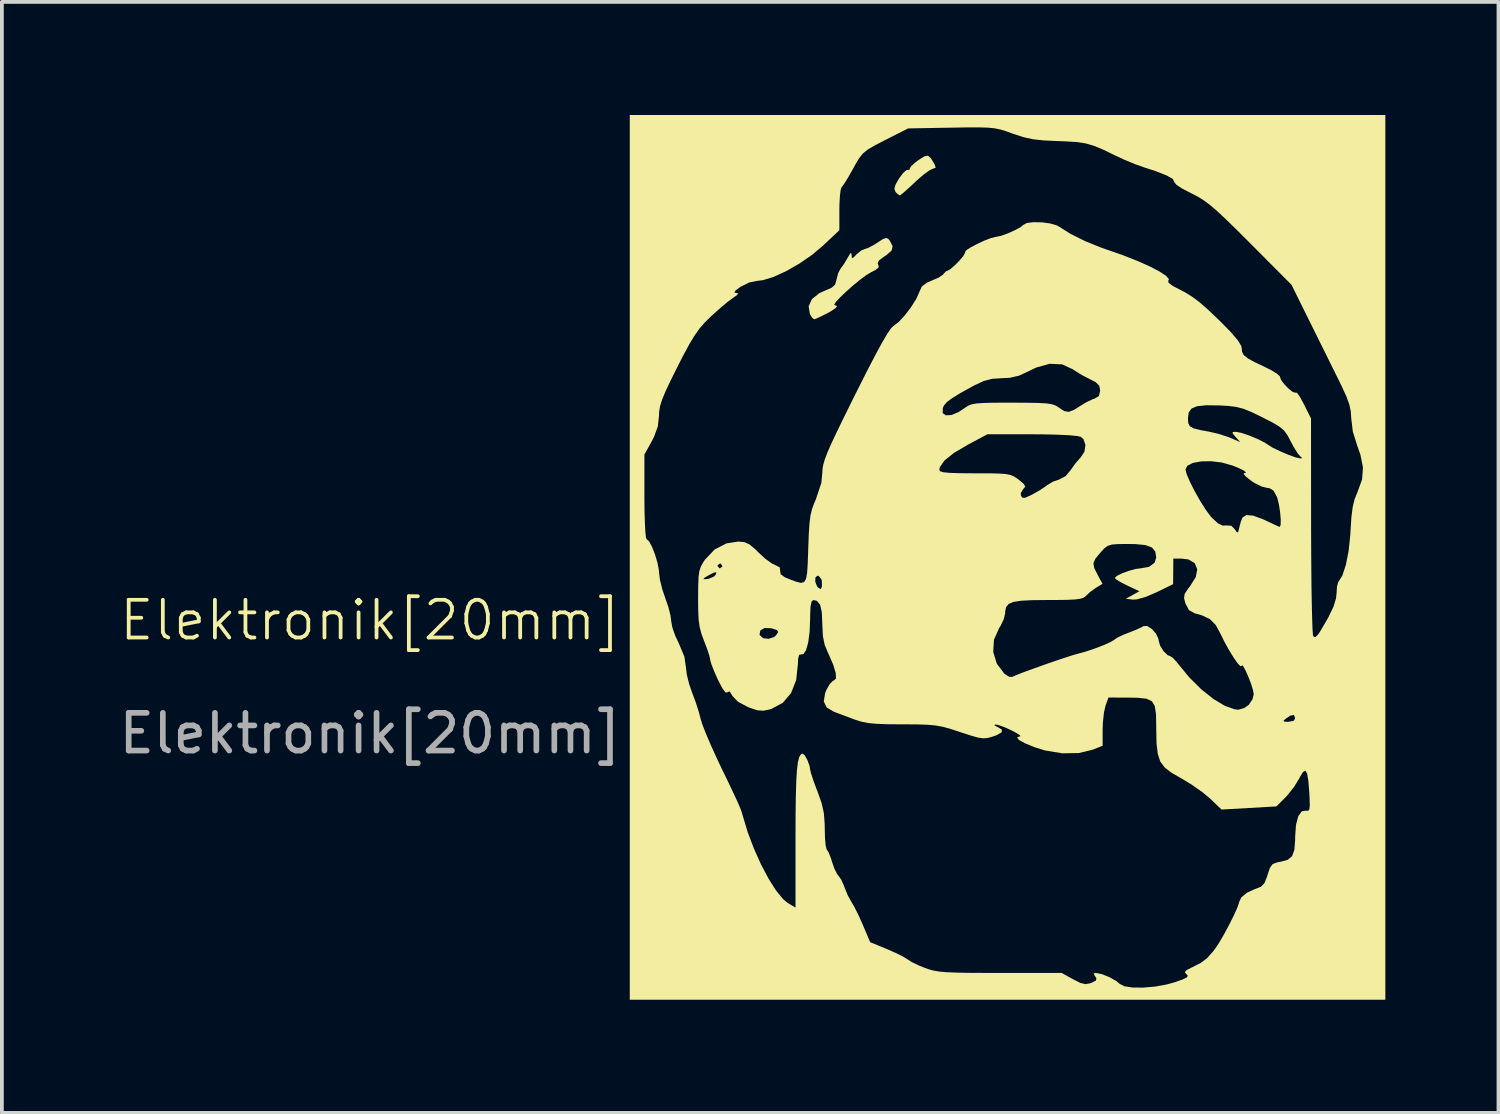
<source format=kicad_pcb>
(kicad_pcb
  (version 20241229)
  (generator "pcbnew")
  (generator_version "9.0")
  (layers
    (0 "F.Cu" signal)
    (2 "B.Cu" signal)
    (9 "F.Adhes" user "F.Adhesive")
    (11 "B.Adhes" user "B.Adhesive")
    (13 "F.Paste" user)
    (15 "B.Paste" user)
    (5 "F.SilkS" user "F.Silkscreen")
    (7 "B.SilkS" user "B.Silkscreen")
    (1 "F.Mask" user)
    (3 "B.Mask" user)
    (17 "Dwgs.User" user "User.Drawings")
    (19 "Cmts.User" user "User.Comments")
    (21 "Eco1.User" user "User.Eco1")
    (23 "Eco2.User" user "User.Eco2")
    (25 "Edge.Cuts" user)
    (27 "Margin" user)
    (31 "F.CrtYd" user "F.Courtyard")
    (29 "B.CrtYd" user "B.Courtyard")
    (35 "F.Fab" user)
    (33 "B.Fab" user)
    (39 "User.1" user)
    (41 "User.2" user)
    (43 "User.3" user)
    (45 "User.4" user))
  (footprint "Elektronik[20mm]"
    (layer "F.Cu")
    (at 23.668 11.698)
    (property "Reference" "Elektronik[20mm]" (at -16.9 1.7 0) (unlocked yes) (layer "F.SilkS") (effects (font (size 1 1) (thickness 0.1))))
    (attr smd)
    (fp_poly (pts (xy -2.031 -10.55) (xy -1.934 -10.389) (xy -1.905 -10.3) (xy -1.974 -10.276) (xy -2.067 -10.234) (xy -2.222 -10.122) (xy -2.407 -9.962) (xy -2.45 -9.921) (xy -2.629 -9.755) (xy -2.77 -9.63) (xy -2.85 -9.568) (xy -2.858 -9.565) (xy -2.923 -9.609) (xy -2.969 -9.657) (xy -3.002 -9.74) (xy -2.968 -9.858) (xy -2.878 -10.015) (xy -2.769 -10.161) (xy -2.678 -10.239) (xy -2.646 -10.242) (xy -2.598 -10.243) (xy -2.6 -10.265) (xy -2.562 -10.336) (xy -2.445 -10.443) (xy -2.366 -10.501) (xy -2.209 -10.601) (xy -2.111 -10.621)) (stroke (width 0) (type solid)) (fill yes) (layer "F.SilkS"))
    (fp_poly (pts (xy -3.155 -8.405) (xy -3.122 -8.364) (xy -3.048 -8.221) (xy -3.075 -8.103) (xy -3.212 -7.983) (xy -3.266 -7.948) (xy -3.41 -7.842) (xy -3.446 -7.763) (xy -3.428 -7.726) (xy -3.416 -7.66) (xy -3.505 -7.586) (xy -3.616 -7.531) (xy -3.741 -7.456) (xy -3.908 -7.333) (xy -4.094 -7.18) (xy -4.278 -7.017) (xy -4.437 -6.865) (xy -4.551 -6.743) (xy -4.597 -6.669) (xy -4.585 -6.657) (xy -4.52 -6.635) (xy -4.565 -6.573) (xy -4.71 -6.479) (xy -4.946 -6.358) (xy -5.12 -6.28) (xy -5.179 -6.316) (xy -5.241 -6.418) (xy -5.275 -6.626) (xy -5.188 -6.816) (xy -4.992 -6.974) (xy -4.847 -7.039) (xy -4.664 -7.118) (xy -4.572 -7.204) (xy -4.536 -7.329) (xy -4.535 -7.337) (xy -4.491 -7.511) (xy -4.426 -7.627) (xy -4.335 -7.752) (xy -4.238 -7.917) (xy -4.17 -8.031) (xy -4.141 -8.032) (xy -4.137 -7.986) (xy -4.129 -7.906) (xy -4.089 -7.916) (xy -4.005 -8.002) (xy -3.883 -8.104) (xy -3.787 -8.144) (xy -3.686 -8.178) (xy -3.528 -8.264) (xy -3.454 -8.312) (xy -3.301 -8.41) (xy -3.214 -8.439)) (stroke (width 0) (type solid)) (fill yes) (layer "F.SilkS"))
    (fp_poly (pts (xy 10.018 0.032) (xy 10.018 11.763) (xy 0 11.763) (xy -10.018 11.763) (xy -10.018 0.032) (xy -10.018 -2.694) (xy -9.63 -2.694) (xy -9.63 -1.573) (xy -9.627 -1.209) (xy -9.618 -0.894) (xy -9.605 -0.649) (xy -9.589 -0.496) (xy -9.573 -0.452) (xy -9.508 -0.395) (xy -9.429 -0.249) (xy -9.35 -0.049) (xy -9.285 0.168) (xy -9.247 0.364) (xy -9.242 0.436) (xy -9.218 0.629) (xy -9.155 0.881) (xy -9.081 1.099) (xy -8.996 1.345) (xy -8.938 1.576) (xy -8.919 1.724) (xy -8.888 1.896) (xy -8.808 2.121) (xy -8.725 2.294) (xy -8.57 2.664) (xy -8.531 2.93) (xy -8.506 3.138) (xy -8.441 3.4) (xy -8.363 3.623) (xy -8.266 3.884) (xy -8.183 4.143) (xy -8.139 4.314) (xy -8.092 4.466) (xy -7.998 4.707) (xy -7.869 5.009) (xy -7.716 5.346) (xy -7.624 5.542) (xy -7.433 5.937) (xy -7.291 6.235) (xy -7.189 6.452) (xy -7.12 6.607) (xy -7.074 6.718) (xy -7.045 6.803) (xy -7.023 6.88) (xy -7.022 6.883) (xy -6.892 7.316) (xy -6.726 7.754) (xy -6.538 8.174) (xy -6.337 8.553) (xy -6.137 8.869) (xy -5.948 9.099) (xy -5.824 9.2) (xy -5.623 9.319) (xy -5.623 7.442) (xy -5.621 6.831) (xy -5.614 6.338) (xy -5.602 5.952) (xy -5.584 5.662) (xy -5.558 5.456) (xy -5.523 5.324) (xy -5.479 5.254) (xy -5.429 5.235) (xy -5.372 5.289) (xy -5.305 5.415) (xy -5.251 5.561) (xy -5.235 5.657) (xy -5.212 5.757) (xy -5.152 5.942) (xy -5.066 6.175) (xy -5.041 6.237) (xy -4.931 6.546) (xy -4.871 6.813) (xy -4.849 7.106) (xy -4.847 7.237) (xy -4.841 7.481) (xy -4.823 7.671) (xy -4.798 7.774) (xy -4.792 7.783) (xy -4.742 7.861) (xy -4.681 8.019) (xy -4.654 8.108) (xy -4.587 8.299) (xy -4.514 8.439) (xy -4.487 8.471) (xy -4.412 8.576) (xy -4.336 8.745) (xy -4.325 8.779) (xy -4.241 8.985) (xy -4.143 9.166) (xy -4.135 9.178) (xy -4.054 9.318) (xy -3.947 9.532) (xy -3.838 9.777) (xy -3.833 9.788) (xy -3.643 10.237) (xy -3.199 10.419) (xy -2.967 10.521) (xy -2.773 10.617) (xy -2.658 10.688) (xy -2.654 10.692) (xy -2.539 10.764) (xy -2.351 10.855) (xy -2.197 10.917) (xy -2.078 10.959) (xy -1.956 10.991) (xy -1.813 11.015) (xy -1.63 11.032) (xy -1.389 11.042) (xy -1.072 11.049) (xy -0.66 11.051) (xy -0.203 11.052) (xy 1.435 11.052) (xy 1.736 11.219) (xy 1.928 11.316) (xy 2.062 11.349) (xy 2.186 11.328) (xy 2.221 11.315) (xy 2.342 11.255) (xy 2.356 11.193) (xy 2.326 11.148) (xy 2.281 11.072) (xy 2.338 11.052) (xy 2.343 11.052) (xy 2.505 11.085) (xy 2.707 11.167) (xy 2.888 11.269) (xy 2.97 11.339) (xy 3.095 11.405) (xy 3.314 11.438) (xy 3.596 11.441) (xy 3.91 11.414) (xy 4.224 11.357) (xy 4.426 11.301) (xy 4.645 11.224) (xy 4.757 11.169) (xy 4.778 11.123) (xy 4.746 11.089) (xy 4.7 11.035) (xy 4.74 10.982) (xy 4.884 10.907) (xy 4.892 10.904) (xy 5.122 10.787) (xy 5.29 10.661) (xy 5.449 10.482) (xy 5.508 10.405) (xy 5.612 10.248) (xy 5.738 10.032) (xy 5.87 9.787) (xy 5.991 9.546) (xy 6.085 9.341) (xy 6.135 9.203) (xy 6.14 9.175) (xy 6.197 9.05) (xy 6.347 8.925) (xy 6.554 8.83) (xy 6.58 8.822) (xy 6.724 8.764) (xy 6.813 8.668) (xy 6.882 8.494) (xy 6.894 8.451) (xy 6.957 8.265) (xy 7.027 8.168) (xy 7.144 8.121) (xy 7.243 8.103) (xy 7.429 8.053) (xy 7.544 7.957) (xy 7.605 7.791) (xy 7.626 7.528) (xy 7.626 7.45) (xy 7.648 7.129) (xy 7.708 6.897) (xy 7.802 6.767) (xy 7.909 6.748) (xy 7.97 6.753) (xy 8.003 6.716) (xy 8.014 6.61) (xy 8.009 6.413) (xy 8.001 6.278) (xy 7.977 5.961) (xy 7.944 5.767) (xy 7.899 5.689) (xy 7.837 5.721) (xy 7.753 5.857) (xy 7.736 5.891) (xy 7.602 6.112) (xy 7.427 6.335) (xy 7.365 6.401) (xy 7.13 6.636) (xy 6.402 6.678) (xy 5.674 6.719) (xy 5.374 6.431) (xy 5.166 6.258) (xy 4.896 6.068) (xy 4.617 5.897) (xy 4.581 5.878) (xy 4.336 5.736) (xy 4.163 5.6) (xy 4.049 5.445) (xy 3.983 5.243) (xy 3.951 4.969) (xy 3.943 4.597) (xy 3.942 4.524) (xy 3.94 4.364) (xy 7.317 4.364) (xy 7.343 4.389) (xy 7.449 4.393) (xy 7.591 4.364) (xy 7.626 4.298) (xy 7.595 4.211) (xy 7.498 4.229) (xy 7.396 4.296) (xy 7.317 4.364) (xy 3.94 4.364) (xy 3.937 4.198) (xy 3.906 3.98) (xy 3.828 3.848) (xy 3.684 3.78) (xy 3.452 3.755) (xy 3.196 3.751) (xy 2.676 3.749) (xy 2.598 3.963) (xy 2.557 4.144) (xy 2.529 4.393) (xy 2.521 4.603) (xy 2.521 5.027) (xy 2.261 5.131) (xy 1.887 5.221) (xy 1.452 5.228) (xy 0.992 5.152) (xy 0.715 5.066) (xy 0.463 4.962) (xy 0.305 4.876) (xy 0.252 4.813) (xy 0.311 4.782) (xy 0.339 4.779) (xy 0.332 4.753) (xy 0.232 4.687) (xy 0.101 4.618) (xy -0.095 4.53) (xy -0.256 4.474) (xy -0.319 4.464) (xy -0.354 4.483) (xy -0.275 4.526) (xy -0.153 4.598) (xy -0.155 4.669) (xy -0.282 4.744) (xy -0.39 4.783) (xy -0.52 4.82) (xy -0.638 4.831) (xy -0.779 4.812) (xy -0.975 4.757) (xy -1.257 4.665) (xy -1.507 4.583) (xy -1.713 4.526) (xy -1.909 4.49) (xy -2.13 4.47) (xy -2.411 4.461) (xy -2.786 4.46) (xy -2.791 4.46) (xy -3.183 4.457) (xy -3.475 4.446) (xy -3.696 4.425) (xy -3.875 4.389) (xy -4.041 4.337) (xy -4.073 4.326) (xy -4.303 4.239) (xy -4.511 4.161) (xy -4.606 4.125) (xy -4.797 4.012) (xy -4.873 3.852) (xy -4.838 3.633) (xy -4.806 3.552) (xy -4.718 3.395) (xy -4.63 3.305) (xy -4.604 3.296) (xy -4.549 3.244) (xy -4.557 3.099) (xy -4.622 2.881) (xy -4.74 2.608) (xy -4.758 2.571) (xy -4.771 2.541) (xy -0.38 2.541) (xy -0.285 2.851) (xy -0.082 3.119) (xy -0.075 3.125) (xy 0.044 3.199) (xy 0.126 3.201) (xy 0.226 3.156) (xy 0.42 3.08) (xy 0.677 2.986) (xy 0.968 2.882) (xy 1.264 2.779) (xy 1.535 2.688) (xy 1.751 2.619) (xy 1.874 2.585) (xy 2.08 2.528) (xy 2.314 2.449) (xy 2.542 2.362) (xy 2.726 2.28) (xy 2.83 2.219) (xy 2.839 2.209) (xy 2.917 2.157) (xy 3.075 2.083) (xy 3.199 2.035) (xy 3.398 1.956) (xy 3.552 1.886) (xy 3.603 1.856) (xy 3.7 1.851) (xy 3.823 1.928) (xy 3.935 2.053) (xy 4 2.191) (xy 4.006 2.236) (xy 4.045 2.374) (xy 4.138 2.521) (xy 4.247 2.626) (xy 4.31 2.65) (xy 4.384 2.697) (xy 4.492 2.815) (xy 4.52 2.852) (xy 4.817 3.213) (xy 5.137 3.53) (xy 5.459 3.787) (xy 5.763 3.97) (xy 6.029 4.063) (xy 6.12 4.072) (xy 6.277 4.027) (xy 6.398 3.942) (xy 6.496 3.792) (xy 6.528 3.66) (xy 6.508 3.549) (xy 6.459 3.391) (xy 6.392 3.215) (xy 6.321 3.053) (xy 6.259 2.933) (xy 6.217 2.887) (xy 6.208 2.908) (xy 6.178 2.921) (xy 6.102 2.842) (xy 5.996 2.692) (xy 5.874 2.493) (xy 5.75 2.269) (xy 5.651 2.067) (xy 5.521 1.827) (xy 5.37 1.672) (xy 5.157 1.57) (xy 4.963 1.516) (xy 4.811 1.431) (xy 4.716 1.254) (xy 4.68 1.111) (xy 4.697 1) (xy 4.782 0.868) (xy 4.842 0.793) (xy 4.991 0.554) (xy 5.03 0.346) (xy 4.963 0.185) (xy 4.795 0.087) (xy 4.617 0.065) (xy 4.395 0.065) (xy 4.393 0.404) (xy 4.39 0.743) (xy 3.949 0.958) (xy 3.657 1.083) (xy 3.424 1.147) (xy 3.321 1.152) (xy 3.135 1.13) (xy 3.316 1.03) (xy 3.497 0.93) (xy 3.17 0.777) (xy 2.992 0.686) (xy 2.873 0.611) (xy 2.844 0.578) (xy 2.9 0.523) (xy 3.04 0.454) (xy 3.222 0.388) (xy 3.403 0.339) (xy 3.528 0.323) (xy 3.755 0.283) (xy 3.9 0.173) (xy 3.942 0.035) (xy 3.917 -0.124) (xy 3.829 -0.23) (xy 3.659 -0.293) (xy 3.389 -0.32) (xy 3.201 -0.323) (xy 2.937 -0.321) (xy 2.766 -0.308) (xy 2.653 -0.272) (xy 2.562 -0.203) (xy 2.463 -0.095) (xy 2.329 0.068) (xy 2.276 0.186) (xy 2.297 0.311) (xy 2.388 0.493) (xy 2.389 0.497) (xy 2.517 0.734) (xy 2.341 0.841) (xy 2.185 0.953) (xy 2.076 1.056) (xy 2.023 1.099) (xy 1.932 1.129) (xy 1.783 1.149) (xy 1.556 1.159) (xy 1.228 1.163) (xy 1.063 1.163) (xy 0.654 1.167) (xy 0.356 1.182) (xy 0.153 1.214) (xy 0.027 1.269) (xy -0.039 1.351) (xy -0.063 1.467) (xy -0.065 1.521) (xy -0.1 1.669) (xy -0.189 1.855) (xy -0.226 1.913) (xy -0.361 2.218) (xy -0.38 2.541) (xy -4.771 2.541) (xy -4.85 2.351) (xy -4.897 2.118) (xy -4.912 1.817) (xy -4.912 1.792) (xy -4.926 1.485) (xy -4.971 1.288) (xy -5.054 1.186) (xy -5.151 1.163) (xy -5.197 1.203) (xy -5.224 1.333) (xy -5.235 1.57) (xy -5.235 1.657) (xy -5.249 2.003) (xy -5.286 2.288) (xy -5.343 2.493) (xy -5.415 2.599) (xy -5.47 2.605) (xy -5.527 2.617) (xy -5.554 2.724) (xy -5.559 2.853) (xy -5.605 3.284) (xy -5.741 3.632) (xy -5.961 3.89) (xy -6.262 4.051) (xy -6.307 4.065) (xy -6.48 4.099) (xy -6.639 4.086) (xy -6.839 4.019) (xy -6.893 3.997) (xy -7.149 3.86) (xy -7.293 3.711) (xy -7.302 3.694) (xy -7.367 3.589) (xy -7.42 3.6) (xy -7.429 3.614) (xy -7.481 3.614) (xy -7.567 3.497) (xy -7.683 3.271) (xy -7.783 3.047) (xy -7.855 2.861) (xy -7.885 2.75) (xy -7.885 2.745) (xy -7.908 2.638) (xy -7.969 2.453) (xy -8.047 2.25) (xy -8.111 2.077) (xy -6.577 2.077) (xy -6.571 2.094) (xy -6.481 2.176) (xy -6.335 2.192) (xy -6.19 2.144) (xy -6.139 2.099) (xy -6.082 2.011) (xy -6.116 1.958) (xy -6.258 1.914) (xy -6.269 1.911) (xy -6.442 1.906) (xy -6.555 1.967) (xy -6.577 2.077) (xy -8.111 2.077) (xy -8.119 2.054) (xy -8.166 1.873) (xy -8.193 1.668) (xy -8.204 1.402) (xy -8.206 1.104) (xy -8.203 0.778) (xy -8.196 0.611) (xy -8.067 0.611) (xy -7.979 0.608) (xy -7.922 0.598) (xy -7.787 0.542) (xy -7.729 0.477) (xy -7.725 0.425) (xy -7.791 0.439) (xy -7.887 0.486) (xy -8.036 0.571) (xy -8.067 0.611) (xy -8.196 0.611) (xy -8.194 0.551) (xy -8.172 0.393) (xy -8.132 0.273) (xy -8.124 0.259) (xy -7.691 0.259) (xy -7.642 0.321) (xy -7.626 0.323) (xy -7.564 0.274) (xy -7.562 0.259) (xy -7.611 0.196) (xy -7.626 0.194) (xy -7.689 0.243) (xy -7.691 0.259) (xy -8.124 0.259) (xy -8.069 0.161) (xy -8.027 0.097) (xy -7.77 -0.175) (xy -7.454 -0.339) (xy -7.142 -0.387) (xy -6.979 -0.372) (xy -6.845 -0.313) (xy -6.694 -0.187) (xy -6.603 -0.096) (xy -6.427 0.066) (xy -6.26 0.188) (xy -6.162 0.235) (xy -6.042 0.297) (xy -6.03 0.39) (xy -6.017 0.479) (xy -5.911 0.557) (xy -5.791 0.608) (xy -5.611 0.676) (xy -5.483 0.708) (xy -5.397 0.689) (xy -5.39 0.678) (xy -5.099 0.678) (xy -5.052 0.799) (xy -5.025 0.831) (xy -4.955 0.875) (xy -4.923 0.808) (xy -4.924 0.658) (xy -4.937 0.61) (xy -5.006 0.527) (xy -5.039 0.517) (xy -5.096 0.566) (xy -5.099 0.678) (xy -5.39 0.678) (xy -5.344 0.604) (xy -5.314 0.436) (xy -5.298 0.171) (xy -5.285 -0.208) (xy -5.285 -0.21) (xy -5.271 -0.588) (xy -5.253 -0.865) (xy -5.227 -1.073) (xy -5.188 -1.239) (xy -5.132 -1.394) (xy -5.084 -1.505) (xy -4.939 -1.939) (xy -4.912 -2.207) (xy -4.908 -2.286) (xy -1.81 -2.286) (xy -1.785 -2.25) (xy -1.701 -2.225) (xy -1.539 -2.209) (xy -1.284 -2.2) (xy -0.918 -2.197) (xy -0.868 -2.197) (xy -0.5 -2.197) (xy -0.237 -2.191) (xy -0.054 -2.179) (xy 0.073 -2.154) (xy 0.168 -2.115) (xy 0.256 -2.058) (xy 0.296 -2.028) (xy 0.429 -1.917) (xy 0.469 -1.847) (xy 0.428 -1.791) (xy 0.417 -1.783) (xy 0.35 -1.673) (xy 0.356 -1.605) (xy 0.393 -1.549) (xy 0.463 -1.548) (xy 0.6 -1.608) (xy 0.663 -1.639) (xy 0.854 -1.748) (xy 1.014 -1.854) (xy 1.051 -1.883) (xy 1.208 -1.977) (xy 1.355 -2.026) (xy 1.539 -2.122) (xy 1.671 -2.279) (xy 1.686 -2.301) (xy 4.718 -2.301) (xy 4.751 -2.17) (xy 4.84 -1.964) (xy 4.965 -1.717) (xy 5.11 -1.461) (xy 5.257 -1.229) (xy 5.387 -1.053) (xy 5.417 -1.02) (xy 5.581 -0.869) (xy 5.707 -0.81) (xy 5.792 -0.815) (xy 5.936 -0.806) (xy 6.023 -0.716) (xy 6.084 -0.627) (xy 6.117 -0.645) (xy 6.146 -0.764) (xy 6.189 -0.925) (xy 6.23 -1.024) (xy 6.334 -1.09) (xy 6.516 -1.074) (xy 6.785 -0.974) (xy 6.863 -0.937) (xy 7.047 -0.85) (xy 7.177 -0.791) (xy 7.218 -0.776) (xy 7.242 -0.832) (xy 7.244 -0.976) (xy 7.227 -1.167) (xy 7.197 -1.366) (xy 7.156 -1.533) (xy 7.141 -1.576) (xy 7.05 -1.739) (xy 6.943 -1.804) (xy 6.882 -1.81) (xy 6.736 -1.847) (xy 6.547 -1.941) (xy 6.453 -2.004) (xy 6.319 -2.111) (xy 6.259 -2.181) (xy 6.27 -2.197) (xy 6.326 -2.216) (xy 6.268 -2.268) (xy 6.105 -2.347) (xy 5.959 -2.405) (xy 5.686 -2.482) (xy 5.402 -2.517) (xy 5.136 -2.513) (xy 4.915 -2.472) (xy 4.766 -2.397) (xy 4.718 -2.301) (xy 1.686 -2.301) (xy 1.796 -2.456) (xy 1.923 -2.602) (xy 1.937 -2.616) (xy 2.04 -2.772) (xy 2.065 -2.951) (xy 2.011 -3.106) (xy 1.943 -3.165) (xy 1.835 -3.188) (xy 1.616 -3.207) (xy 1.306 -3.222) (xy 0.925 -3.23) (xy 0.642 -3.232) (xy -0.534 -3.232) (xy -1.05 -2.957) (xy -1.424 -2.736) (xy -1.673 -2.537) (xy -1.796 -2.36) (xy -1.81 -2.286) (xy -4.908 -2.286) (xy -4.907 -2.312) (xy -4.887 -2.426) (xy -4.847 -2.563) (xy -4.781 -2.739) (xy -4.682 -2.966) (xy -4.544 -3.261) (xy -4.362 -3.636) (xy -4.353 -3.654) (xy 4.783 -3.654) (xy 4.791 -3.529) (xy 4.832 -3.447) (xy 4.932 -3.39) (xy 5.114 -3.343) (xy 5.345 -3.301) (xy 5.599 -3.242) (xy 5.852 -3.16) (xy 5.914 -3.135) (xy 6.172 -3.023) (xy 6.049 -3.16) (xy 5.967 -3.257) (xy 5.975 -3.292) (xy 6.06 -3.296) (xy 6.206 -3.268) (xy 6.415 -3.197) (xy 6.638 -3.103) (xy 6.827 -3.007) (xy 6.907 -2.953) (xy 7.028 -2.878) (xy 7.22 -2.785) (xy 7.436 -2.693) (xy 7.63 -2.622) (xy 7.756 -2.592) (xy 7.816 -2.6) (xy 7.767 -2.642) (xy 7.693 -2.726) (xy 7.591 -2.889) (xy 7.508 -3.045) (xy 7.421 -3.209) (xy 7.333 -3.33) (xy 7.215 -3.431) (xy 7.038 -3.538) (xy 6.775 -3.673) (xy 6.754 -3.684) (xy 6.47 -3.821) (xy 6.254 -3.909) (xy 6.058 -3.959) (xy 5.838 -3.985) (xy 5.614 -3.997) (xy 5.266 -4.001) (xy 5.027 -3.976) (xy 4.879 -3.915) (xy 4.803 -3.809) (xy 4.783 -3.654) (xy -4.353 -3.654) (xy -4.283 -3.795) (xy -1.721 -3.795) (xy -1.638 -3.734) (xy -1.489 -3.743) (xy -1.297 -3.822) (xy -1.115 -3.944) (xy -1.043 -3.991) (xy -0.956 -4.026) (xy -0.831 -4.048) (xy -0.646 -4.062) (xy -0.382 -4.069) (xy -0.016 -4.07) (xy 0.122 -4.07) (xy 0.524 -4.068) (xy 0.819 -4.063) (xy 1.026 -4.051) (xy 1.168 -4.03) (xy 1.265 -3.999) (xy 1.34 -3.956) (xy 1.357 -3.942) (xy 1.502 -3.847) (xy 1.625 -3.826) (xy 1.772 -3.885) (xy 1.915 -3.976) (xy 2.099 -4.087) (xy 2.266 -4.165) (xy 2.306 -4.177) (xy 2.423 -4.246) (xy 2.456 -4.392) (xy 2.432 -4.518) (xy 2.34 -4.612) (xy 2.196 -4.687) (xy 1.974 -4.801) (xy 1.763 -4.932) (xy 1.731 -4.955) (xy 1.448 -5.086) (xy 1.119 -5.101) (xy 0.757 -5.001) (xy 0.576 -4.913) (xy 0.31 -4.788) (xy 0.063 -4.73) (xy -0.153 -4.719) (xy -0.407 -4.703) (xy -0.631 -4.645) (xy -0.885 -4.527) (xy -0.929 -4.503) (xy -1.247 -4.327) (xy -1.466 -4.193) (xy -1.606 -4.088) (xy -1.686 -3.996) (xy -1.717 -3.929) (xy -1.721 -3.795) (xy -4.283 -3.795) (xy -4.129 -4.108) (xy -4.038 -4.291) (xy -3.754 -4.855) (xy -3.52 -5.307) (xy -3.333 -5.653) (xy -3.189 -5.898) (xy -3.086 -6.048) (xy -3.021 -6.109) (xy -2.888 -6.209) (xy -2.724 -6.386) (xy -2.559 -6.603) (xy -2.421 -6.822) (xy -2.34 -7.004) (xy -2.338 -7.012) (xy -2.272 -7.153) (xy -2.139 -7.252) (xy -2.002 -7.311) (xy -1.828 -7.387) (xy -1.715 -7.462) (xy -1.694 -7.489) (xy -1.628 -7.558) (xy -1.608 -7.562) (xy -1.527 -7.603) (xy -1.407 -7.705) (xy -1.279 -7.834) (xy -1.174 -7.959) (xy -1.125 -8.047) (xy -1.127 -8.064) (xy -1.097 -8.11) (xy -0.981 -8.186) (xy -0.811 -8.276) (xy -0.623 -8.364) (xy -0.45 -8.432) (xy -0.326 -8.465) (xy -0.312 -8.466) (xy -0.179 -8.493) (xy 0.008 -8.56) (xy 0.201 -8.646) (xy 0.354 -8.731) (xy 0.417 -8.784) (xy 0.513 -8.835) (xy 0.692 -8.856) (xy 0.913 -8.852) (xy 1.132 -8.822) (xy 1.309 -8.771) (xy 1.365 -8.739) (xy 1.672 -8.545) (xy 2.065 -8.35) (xy 2.502 -8.174) (xy 2.651 -8.123) (xy 3.071 -7.976) (xy 3.451 -7.826) (xy 3.776 -7.681) (xy 4.032 -7.547) (xy 4.205 -7.433) (xy 4.279 -7.346) (xy 4.261 -7.3) (xy 4.269 -7.249) (xy 4.377 -7.169) (xy 4.47 -7.119) (xy 4.696 -7.002) (xy 4.892 -6.882) (xy 5.085 -6.738) (xy 5.302 -6.549) (xy 5.572 -6.293) (xy 5.661 -6.206) (xy 5.927 -5.934) (xy 6.108 -5.721) (xy 6.197 -5.574) (xy 6.206 -5.536) (xy 6.218 -5.42) (xy 6.266 -5.329) (xy 6.374 -5.242) (xy 6.563 -5.14) (xy 6.771 -5.042) (xy 6.988 -4.934) (xy 7.147 -4.837) (xy 7.222 -4.768) (xy 7.224 -4.757) (xy 7.252 -4.675) (xy 7.337 -4.561) (xy 7.449 -4.445) (xy 7.557 -4.358) (xy 7.63 -4.331) (xy 7.642 -4.343) (xy 7.679 -4.328) (xy 7.755 -4.219) (xy 7.853 -4.04) (xy 7.856 -4.034) (xy 8.047 -3.652) (xy 8.049 -0.808) (xy 8.051 -0.211) (xy 8.055 0.346) (xy 8.06 0.852) (xy 8.068 1.291) (xy 8.077 1.652) (xy 8.086 1.919) (xy 8.097 2.08) (xy 8.105 2.122) (xy 8.159 2.15) (xy 8.238 2.073) (xy 8.291 1.993) (xy 8.503 1.631) (xy 8.64 1.347) (xy 8.71 1.121) (xy 8.725 0.977) (xy 8.736 0.806) (xy 8.764 0.697) (xy 8.771 0.686) (xy 8.879 0.512) (xy 8.971 0.232) (xy 9.043 -0.132) (xy 9.088 -0.556) (xy 9.095 -0.679) (xy 9.118 -1.037) (xy 9.152 -1.301) (xy 9.202 -1.508) (xy 9.276 -1.693) (xy 9.283 -1.709) (xy 9.401 -2.034) (xy 9.425 -2.35) (xy 9.356 -2.695) (xy 9.275 -2.921) (xy 9.155 -3.308) (xy 9.113 -3.66) (xy 9.102 -3.839) (xy 9.063 -4.02) (xy 8.985 -4.234) (xy 8.857 -4.514) (xy 8.783 -4.666) (xy 8.63 -4.974) (xy 8.442 -5.355) (xy 8.238 -5.765) (xy 8.041 -6.163) (xy 7.991 -6.264) (xy 7.53 -7.196) (xy 6.431 -8.3) (xy 6.071 -8.659) (xy 5.784 -8.939) (xy 5.556 -9.152) (xy 5.368 -9.312) (xy 5.206 -9.433) (xy 5.054 -9.528) (xy 4.895 -9.611) (xy 4.862 -9.627) (xy 4.635 -9.745) (xy 4.48 -9.847) (xy 4.42 -9.918) (xy 4.42 -9.927) (xy 4.382 -10.002) (xy 4.217 -10.096) (xy 3.928 -10.21) (xy 3.629 -10.307) (xy 3.385 -10.393) (xy 3.095 -10.513) (xy 2.853 -10.626) (xy 2.537 -10.779) (xy 2.289 -10.882) (xy 2.067 -10.946) (xy 1.825 -10.982) (xy 1.521 -11) (xy 1.325 -11.007) (xy 0.959 -11.024) (xy 0.676 -11.055) (xy 0.429 -11.109) (xy 0.172 -11.192) (xy 0.135 -11.205) (xy -0.042 -11.269) (xy -0.193 -11.315) (xy -0.345 -11.346) (xy -0.522 -11.363) (xy -0.751 -11.37) (xy -1.056 -11.37) (xy -1.464 -11.363) (xy -1.49 -11.363) (xy -2.636 -11.343) (xy -3.244 -11.035) (xy -3.517 -10.894) (xy -3.703 -10.785) (xy -3.832 -10.682) (xy -3.932 -10.559) (xy -4.034 -10.389) (xy -4.095 -10.277) (xy -4.217 -10.06) (xy -4.322 -9.89) (xy -4.39 -9.796) (xy -4.399 -9.789) (xy -4.426 -9.712) (xy -4.447 -9.537) (xy -4.459 -9.298) (xy -4.46 -9.198) (xy -4.46 -8.643) (xy -4.896 -8.232) (xy -5.191 -7.985) (xy -5.528 -7.754) (xy -5.875 -7.556) (xy -6.205 -7.405) (xy -6.488 -7.318) (xy -6.62 -7.303) (xy -6.849 -7.258) (xy -7.083 -7.142) (xy -7.083 -7.142) (xy -7.218 -7.04) (xy -7.244 -6.99) (xy -7.199 -6.98) (xy -7.141 -6.966) (xy -7.184 -6.915) (xy -7.271 -6.856) (xy -7.41 -6.753) (xy -7.605 -6.591) (xy -7.818 -6.401) (xy -7.867 -6.356) (xy -8.031 -6.194) (xy -8.17 -6.034) (xy -8.301 -5.849) (xy -8.441 -5.616) (xy -8.607 -5.308) (xy -8.756 -5.016) (xy -8.942 -4.642) (xy -9.075 -4.359) (xy -9.163 -4.145) (xy -9.215 -3.977) (xy -9.239 -3.832) (xy -9.243 -3.723) (xy -9.274 -3.439) (xy -9.377 -3.159) (xy -9.437 -3.043) (xy -9.63 -2.694) (xy -10.018 -2.694) (xy -10.018 -11.698) (xy 0 -11.698) (xy 10.018 -11.698)) (stroke (width 0) (type solid)) (fill yes) (layer "F.SilkS"))
    (fp_text user "${REFERENCE}" (at -16.9 4.7 0) (unlocked yes) (layer "F.Fab") (effects (font (size 1 1) (thickness 0.15)))))
  (gr_rect
    (start -3 -3)
    (end 36.686 26.461)
    (stroke (width 0.1) (type default))
    (fill no)
    (layer "Edge.Cuts")))
</source>
